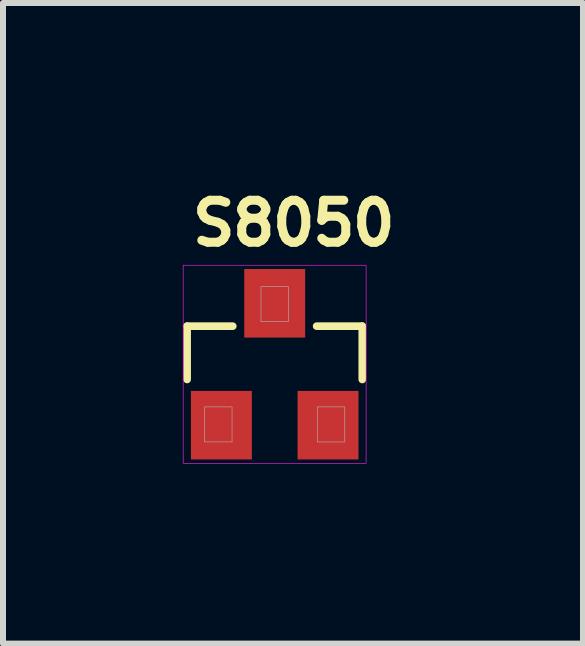
<source format=kicad_pcb>
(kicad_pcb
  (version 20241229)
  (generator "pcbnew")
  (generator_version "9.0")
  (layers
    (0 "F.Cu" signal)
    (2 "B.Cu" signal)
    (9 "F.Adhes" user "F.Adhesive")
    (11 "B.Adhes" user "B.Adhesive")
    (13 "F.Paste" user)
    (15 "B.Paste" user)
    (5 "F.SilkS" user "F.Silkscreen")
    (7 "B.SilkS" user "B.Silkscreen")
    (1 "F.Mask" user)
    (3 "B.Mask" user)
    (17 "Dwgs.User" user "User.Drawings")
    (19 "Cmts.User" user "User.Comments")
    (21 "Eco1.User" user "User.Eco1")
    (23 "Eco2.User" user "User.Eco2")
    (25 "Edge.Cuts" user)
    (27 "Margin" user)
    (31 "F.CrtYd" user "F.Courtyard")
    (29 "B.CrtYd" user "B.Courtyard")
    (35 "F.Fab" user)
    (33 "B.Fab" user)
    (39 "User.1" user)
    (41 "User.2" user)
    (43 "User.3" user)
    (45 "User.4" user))
  (footprint "S8050"
    (layer "F.Cu")
    (at 1.53 3.023)
    (property "Reference" "S8050" (at 0.318 -2.35 0) (layer "F.SilkS") (effects (font (size 0.7 0.7) (thickness 0.15))))
    (attr smd)
    (fp_line (start -1.46 -0.635) (end -1.46 0.254) (stroke (width 0.127) (type solid)) (layer "F.SilkS"))
    (fp_line (start -0.699 -0.635) (end -1.46 -0.635) (stroke (width 0.127) (type solid)) (layer "F.SilkS"))
    (fp_line (start 1.46 -0.635) (end 0.699 -0.635) (stroke (width 0.127) (type solid)) (layer "F.SilkS"))
    (fp_line (start 1.46 0.254) (end 1.46 -0.635) (stroke (width 0.127) (type solid)) (layer "F.SilkS"))
    (fp_poly (pts (xy -1.526 -1.651) (xy 1.524 -1.651) (xy 1.524 1.653) (xy -1.526 1.653)) (stroke (width 0.01) (type solid)) (fill no) (layer "F.CrtYd"))
    (fp_poly (pts (xy -1.168 0.711) (xy -0.711 0.711) (xy -0.711 1.295) (xy -1.168 1.295)) (stroke (width 0.01) (type solid)) (fill no) (layer "F.Fab"))
    (fp_poly (pts (xy -0.229 -1.295) (xy 0.229 -1.295) (xy 0.229 -0.711) (xy -0.229 -0.711)) (stroke (width 0.01) (type solid)) (fill no) (layer "F.Fab"))
    (fp_poly (pts (xy 0.711 0.711) (xy 1.168 0.711) (xy 1.168 1.296) (xy 0.711 1.296)) (stroke (width 0.01) (type solid)) (fill no) (layer "F.Fab"))
    (pad "1" smd rect (at -0.889 1.016 180) (size 1.016 1.143) (layers "F.Cu" "F.Mask" "F.Paste"))
    (pad "2" smd rect (at 0.889 1.016) (size 1.016 1.143) (layers "F.Cu" "F.Mask" "F.Paste"))
    (pad "3" smd rect (at 0 -1.016) (size 1.016 1.143) (layers "F.Cu" "F.Mask" "F.Paste")))
  (gr_rect
    (start -3 -3)
    (end 6.67 7.681)
    (stroke (width 0.1) (type default))
    (fill no)
    (layer "Edge.Cuts")))
</source>
